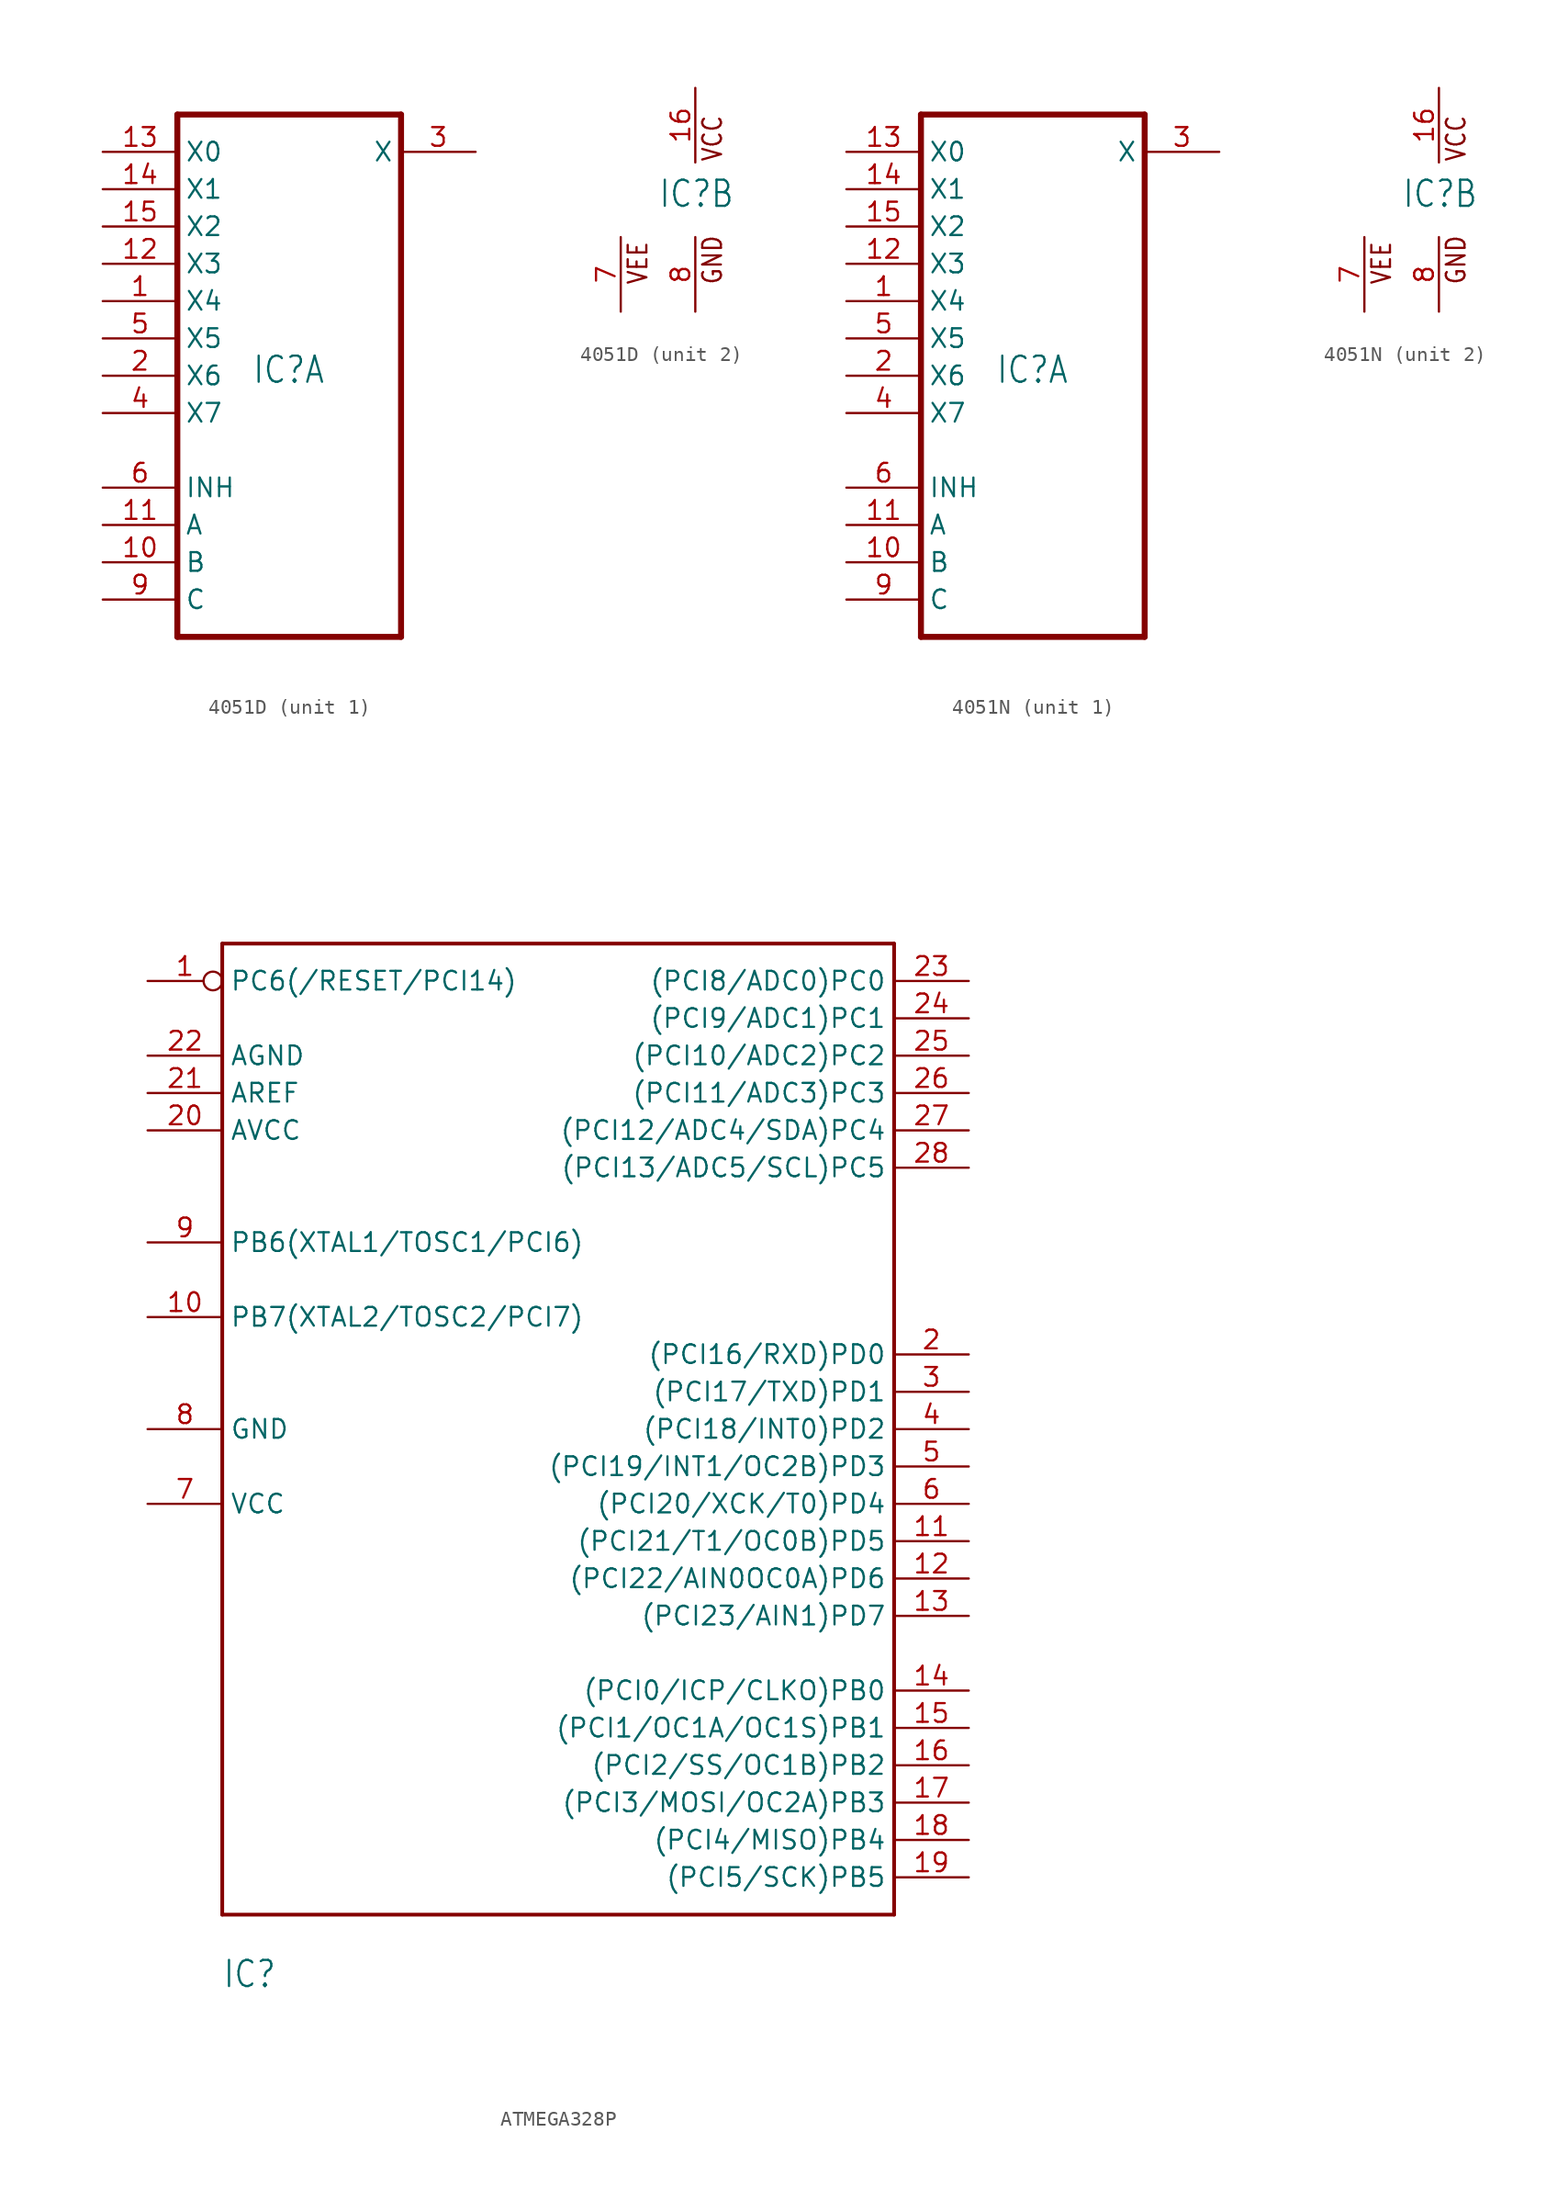
<source format=kicad_sym>
(kicad_symbol_lib
  (version 20231120)
  (generator "kicad_symbol_editor")
  (generator_version "8.0")
  (symbol "4051D"
    (property "Reference" "IC"
      (at -2.54 -0.635 0)
      (effects (font (size 1.778 1.511)) (justify left bottom)))
    (property "ki_locked" ""
      (at 0 0 0)
      (effects (font (size 1.27 1.27))))
    (symbol "4051D_1_0"
      (polyline (pts (xy -7.62 -17.78) (xy 7.62 -17.78)) (stroke (width 0.406) (type solid)) (fill (type none)))
      (polyline (pts (xy -7.62 17.78) (xy -7.62 -17.78)) (stroke (width 0.406) (type solid)) (fill (type none)))
      (polyline (pts (xy 7.62 -17.78) (xy 7.62 17.78)) (stroke (width 0.406) (type solid)) (fill (type none)))
      (polyline (pts (xy 7.62 17.78) (xy -7.62 17.78)) (stroke (width 0.406) (type solid)) (fill (type none)))
      (pin bidirectional line (at -12.7 5.08 0) (length 5.08) (name "X4" (effects (font (size 1.27 1.27)))) (number "1" (effects (font (size 1.27 1.27)))))
      (pin input line (at -12.7 -12.7 0) (length 5.08) (name "B" (effects (font (size 1.27 1.27)))) (number "10" (effects (font (size 1.27 1.27)))))
      (pin input line (at -12.7 -10.16 0) (length 5.08) (name "A" (effects (font (size 1.27 1.27)))) (number "11" (effects (font (size 1.27 1.27)))))
      (pin bidirectional line (at -12.7 7.62 0) (length 5.08) (name "X3" (effects (font (size 1.27 1.27)))) (number "12" (effects (font (size 1.27 1.27)))))
      (pin bidirectional line (at -12.7 15.24 0) (length 5.08) (name "X0" (effects (font (size 1.27 1.27)))) (number "13" (effects (font (size 1.27 1.27)))))
      (pin bidirectional line (at -12.7 12.7 0) (length 5.08) (name "X1" (effects (font (size 1.27 1.27)))) (number "14" (effects (font (size 1.27 1.27)))))
      (pin bidirectional line (at -12.7 10.16 0) (length 5.08) (name "X2" (effects (font (size 1.27 1.27)))) (number "15" (effects (font (size 1.27 1.27)))))
      (pin bidirectional line (at -12.7 0 0) (length 5.08) (name "X6" (effects (font (size 1.27 1.27)))) (number "2" (effects (font (size 1.27 1.27)))))
      (pin bidirectional line (at 12.7 15.24 180) (length 5.08) (name "X" (effects (font (size 1.27 1.27)))) (number "3" (effects (font (size 1.27 1.27)))))
      (pin bidirectional line (at -12.7 -2.54 0) (length 5.08) (name "X7" (effects (font (size 1.27 1.27)))) (number "4" (effects (font (size 1.27 1.27)))))
      (pin bidirectional line (at -12.7 2.54 0) (length 5.08) (name "X5" (effects (font (size 1.27 1.27)))) (number "5" (effects (font (size 1.27 1.27)))))
      (pin input line (at -12.7 -7.62 0) (length 5.08) (name "INH" (effects (font (size 1.27 1.27)))) (number "6" (effects (font (size 1.27 1.27)))))
      (pin input line (at -12.7 -15.24 0) (length 5.08) (name "C" (effects (font (size 1.27 1.27)))) (number "9" (effects (font (size 1.27 1.27))))))
    (symbol "4051D_2_0"
      (text "GND" (at 1.905 -5.842 900) (effects (font (size 1.27 1.079)) (justify left bottom)))
      (text "VCC" (at 1.905 2.54 900) (effects (font (size 1.27 1.079)) (justify left bottom)))
      (text "VEE" (at -3.175 -5.842 900) (effects (font (size 1.27 1.079)) (justify left bottom)))
      (pin power_in line (at 0 7.62 270) (length 5.08) (name "VCC" (effects (font (size 0 0)))) (number "16" (effects (font (size 1.27 1.27)))))
      (pin power_in line (at -5.08 -7.62 90) (length 5.08) (name "VEE" (effects (font (size 0 0)))) (number "7" (effects (font (size 1.27 1.27)))))
      (pin power_in line (at 0 -7.62 90) (length 5.08) (name "GND" (effects (font (size 0 0)))) (number "8" (effects (font (size 1.27 1.27)))))))
  (symbol "4051N"
    (property "Reference" "IC"
      (at -2.54 -0.635 0)
      (effects (font (size 1.778 1.511)) (justify left bottom)))
    (property "ki_locked" ""
      (at 0 0 0)
      (effects (font (size 1.27 1.27))))
    (symbol "4051N_1_0"
      (polyline (pts (xy -7.62 -17.78) (xy 7.62 -17.78)) (stroke (width 0.406) (type solid)) (fill (type none)))
      (polyline (pts (xy -7.62 17.78) (xy -7.62 -17.78)) (stroke (width 0.406) (type solid)) (fill (type none)))
      (polyline (pts (xy 7.62 -17.78) (xy 7.62 17.78)) (stroke (width 0.406) (type solid)) (fill (type none)))
      (polyline (pts (xy 7.62 17.78) (xy -7.62 17.78)) (stroke (width 0.406) (type solid)) (fill (type none)))
      (pin bidirectional line (at -12.7 5.08 0) (length 5.08) (name "X4" (effects (font (size 1.27 1.27)))) (number "1" (effects (font (size 1.27 1.27)))))
      (pin input line (at -12.7 -12.7 0) (length 5.08) (name "B" (effects (font (size 1.27 1.27)))) (number "10" (effects (font (size 1.27 1.27)))))
      (pin input line (at -12.7 -10.16 0) (length 5.08) (name "A" (effects (font (size 1.27 1.27)))) (number "11" (effects (font (size 1.27 1.27)))))
      (pin bidirectional line (at -12.7 7.62 0) (length 5.08) (name "X3" (effects (font (size 1.27 1.27)))) (number "12" (effects (font (size 1.27 1.27)))))
      (pin bidirectional line (at -12.7 15.24 0) (length 5.08) (name "X0" (effects (font (size 1.27 1.27)))) (number "13" (effects (font (size 1.27 1.27)))))
      (pin bidirectional line (at -12.7 12.7 0) (length 5.08) (name "X1" (effects (font (size 1.27 1.27)))) (number "14" (effects (font (size 1.27 1.27)))))
      (pin bidirectional line (at -12.7 10.16 0) (length 5.08) (name "X2" (effects (font (size 1.27 1.27)))) (number "15" (effects (font (size 1.27 1.27)))))
      (pin bidirectional line (at -12.7 0 0) (length 5.08) (name "X6" (effects (font (size 1.27 1.27)))) (number "2" (effects (font (size 1.27 1.27)))))
      (pin bidirectional line (at 12.7 15.24 180) (length 5.08) (name "X" (effects (font (size 1.27 1.27)))) (number "3" (effects (font (size 1.27 1.27)))))
      (pin bidirectional line (at -12.7 -2.54 0) (length 5.08) (name "X7" (effects (font (size 1.27 1.27)))) (number "4" (effects (font (size 1.27 1.27)))))
      (pin bidirectional line (at -12.7 2.54 0) (length 5.08) (name "X5" (effects (font (size 1.27 1.27)))) (number "5" (effects (font (size 1.27 1.27)))))
      (pin input line (at -12.7 -7.62 0) (length 5.08) (name "INH" (effects (font (size 1.27 1.27)))) (number "6" (effects (font (size 1.27 1.27)))))
      (pin input line (at -12.7 -15.24 0) (length 5.08) (name "C" (effects (font (size 1.27 1.27)))) (number "9" (effects (font (size 1.27 1.27))))))
    (symbol "4051N_2_0"
      (text "GND" (at 1.905 -5.842 900) (effects (font (size 1.27 1.079)) (justify left bottom)))
      (text "VCC" (at 1.905 2.54 900) (effects (font (size 1.27 1.079)) (justify left bottom)))
      (text "VEE" (at -3.175 -5.842 900) (effects (font (size 1.27 1.079)) (justify left bottom)))
      (pin power_in line (at 0 7.62 270) (length 5.08) (name "VCC" (effects (font (size 0 0)))) (number "16" (effects (font (size 1.27 1.27)))))
      (pin power_in line (at -5.08 -7.62 90) (length 5.08) (name "VEE" (effects (font (size 0 0)))) (number "7" (effects (font (size 1.27 1.27)))))
      (pin power_in line (at 0 -7.62 90) (length 5.08) (name "GND" (effects (font (size 0 0)))) (number "8" (effects (font (size 1.27 1.27)))))))
  (symbol "ATMEGA328P"
    (property "Reference" "IC"
      (at -17.78 -40.64 0)
      (effects (font (size 1.778 1.511)) (justify left bottom)))
    (property "Value" ""
      (at -5.08 33.02 0)
      (effects (font (size 1.778 1.511)) (justify left bottom)))
    (property "ki_locked" ""
      (at 0 0 0)
      (effects (font (size 1.27 1.27))))
    (symbol "ATMEGA328P_1_0"
      (polyline (pts (xy -17.78 -35.56) (xy -17.78 30.48)) (stroke (width 0.254) (type solid)) (fill (type none)))
      (polyline (pts (xy -17.78 30.48) (xy 27.94 30.48)) (stroke (width 0.254) (type solid)) (fill (type none)))
      (polyline (pts (xy 27.94 -35.56) (xy -17.78 -35.56)) (stroke (width 0.254) (type solid)) (fill (type none)))
      (polyline (pts (xy 27.94 30.48) (xy 27.94 -35.56)) (stroke (width 0.254) (type solid)) (fill (type none)))
      (pin bidirectional inverted (at -22.86 27.94 0) (length 5.08) (name "PC6(/RESET/PCI14)" (effects (font (size 1.27 1.27)))) (number "1" (effects (font (size 1.27 1.27)))))
      (pin bidirectional line (at -22.86 5.08 0) (length 5.08) (name "PB7(XTAL2/TOSC2/PCI7)" (effects (font (size 1.27 1.27)))) (number "10" (effects (font (size 1.27 1.27)))))
      (pin bidirectional line (at 33.02 -10.16 180) (length 5.08) (name "(PCI21/T1/OC0B)PD5" (effects (font (size 1.27 1.27)))) (number "11" (effects (font (size 1.27 1.27)))))
      (pin bidirectional line (at 33.02 -12.7 180) (length 5.08) (name "(PCI22/AIN0OC0A)PD6" (effects (font (size 1.27 1.27)))) (number "12" (effects (font (size 1.27 1.27)))))
      (pin bidirectional line (at 33.02 -15.24 180) (length 5.08) (name "(PCI23/AIN1)PD7" (effects (font (size 1.27 1.27)))) (number "13" (effects (font (size 1.27 1.27)))))
      (pin bidirectional line (at 33.02 -20.32 180) (length 5.08) (name "(PCI0/ICP/CLKO)PB0" (effects (font (size 1.27 1.27)))) (number "14" (effects (font (size 1.27 1.27)))))
      (pin bidirectional line (at 33.02 -22.86 180) (length 5.08) (name "(PCI1/OC1A/OC1S)PB1" (effects (font (size 1.27 1.27)))) (number "15" (effects (font (size 1.27 1.27)))))
      (pin bidirectional line (at 33.02 -25.4 180) (length 5.08) (name "(PCI2/SS/OC1B)PB2" (effects (font (size 1.27 1.27)))) (number "16" (effects (font (size 1.27 1.27)))))
      (pin bidirectional line (at 33.02 -27.94 180) (length 5.08) (name "(PCI3/MOSI/OC2A)PB3" (effects (font (size 1.27 1.27)))) (number "17" (effects (font (size 1.27 1.27)))))
      (pin bidirectional line (at 33.02 -30.48 180) (length 5.08) (name "(PCI4/MISO)PB4" (effects (font (size 1.27 1.27)))) (number "18" (effects (font (size 1.27 1.27)))))
      (pin bidirectional line (at 33.02 -33.02 180) (length 5.08) (name "(PCI5/SCK)PB5" (effects (font (size 1.27 1.27)))) (number "19" (effects (font (size 1.27 1.27)))))
      (pin bidirectional line (at 33.02 2.54 180) (length 5.08) (name "(PCI16/RXD)PD0" (effects (font (size 1.27 1.27)))) (number "2" (effects (font (size 1.27 1.27)))))
      (pin bidirectional line (at -22.86 17.78 0) (length 5.08) (name "AVCC" (effects (font (size 1.27 1.27)))) (number "20" (effects (font (size 1.27 1.27)))))
      (pin bidirectional line (at -22.86 20.32 0) (length 5.08) (name "AREF" (effects (font (size 1.27 1.27)))) (number "21" (effects (font (size 1.27 1.27)))))
      (pin bidirectional line (at -22.86 22.86 0) (length 5.08) (name "AGND" (effects (font (size 1.27 1.27)))) (number "22" (effects (font (size 1.27 1.27)))))
      (pin bidirectional line (at 33.02 27.94 180) (length 5.08) (name "(PCI8/ADC0)PC0" (effects (font (size 1.27 1.27)))) (number "23" (effects (font (size 1.27 1.27)))))
      (pin bidirectional line (at 33.02 25.4 180) (length 5.08) (name "(PCI9/ADC1)PC1" (effects (font (size 1.27 1.27)))) (number "24" (effects (font (size 1.27 1.27)))))
      (pin bidirectional line (at 33.02 22.86 180) (length 5.08) (name "(PCI10/ADC2)PC2" (effects (font (size 1.27 1.27)))) (number "25" (effects (font (size 1.27 1.27)))))
      (pin bidirectional line (at 33.02 20.32 180) (length 5.08) (name "(PCI11/ADC3)PC3" (effects (font (size 1.27 1.27)))) (number "26" (effects (font (size 1.27 1.27)))))
      (pin bidirectional line (at 33.02 17.78 180) (length 5.08) (name "(PCI12/ADC4/SDA)PC4" (effects (font (size 1.27 1.27)))) (number "27" (effects (font (size 1.27 1.27)))))
      (pin bidirectional line (at 33.02 15.24 180) (length 5.08) (name "(PCI13/ADC5/SCL)PC5" (effects (font (size 1.27 1.27)))) (number "28" (effects (font (size 1.27 1.27)))))
      (pin bidirectional line (at 33.02 0 180) (length 5.08) (name "(PCI17/TXD)PD1" (effects (font (size 1.27 1.27)))) (number "3" (effects (font (size 1.27 1.27)))))
      (pin bidirectional line (at 33.02 -2.54 180) (length 5.08) (name "(PCI18/INT0)PD2" (effects (font (size 1.27 1.27)))) (number "4" (effects (font (size 1.27 1.27)))))
      (pin bidirectional line (at 33.02 -5.08 180) (length 5.08) (name "(PCI19/INT1/OC2B)PD3" (effects (font (size 1.27 1.27)))) (number "5" (effects (font (size 1.27 1.27)))))
      (pin bidirectional line (at 33.02 -7.62 180) (length 5.08) (name "(PCI20/XCK/T0)PD4" (effects (font (size 1.27 1.27)))) (number "6" (effects (font (size 1.27 1.27)))))
      (pin bidirectional line (at -22.86 -7.62 0) (length 5.08) (name "VCC" (effects (font (size 1.27 1.27)))) (number "7" (effects (font (size 1.27 1.27)))))
      (pin bidirectional line (at -22.86 -2.54 0) (length 5.08) (name "GND" (effects (font (size 1.27 1.27)))) (number "8" (effects (font (size 1.27 1.27)))))
      (pin bidirectional line (at -22.86 10.16 0) (length 5.08) (name "PB6(XTAL1/TOSC1/PCI6)" (effects (font (size 1.27 1.27)))) (number "9" (effects (font (size 1.27 1.27))))))))
</source>
